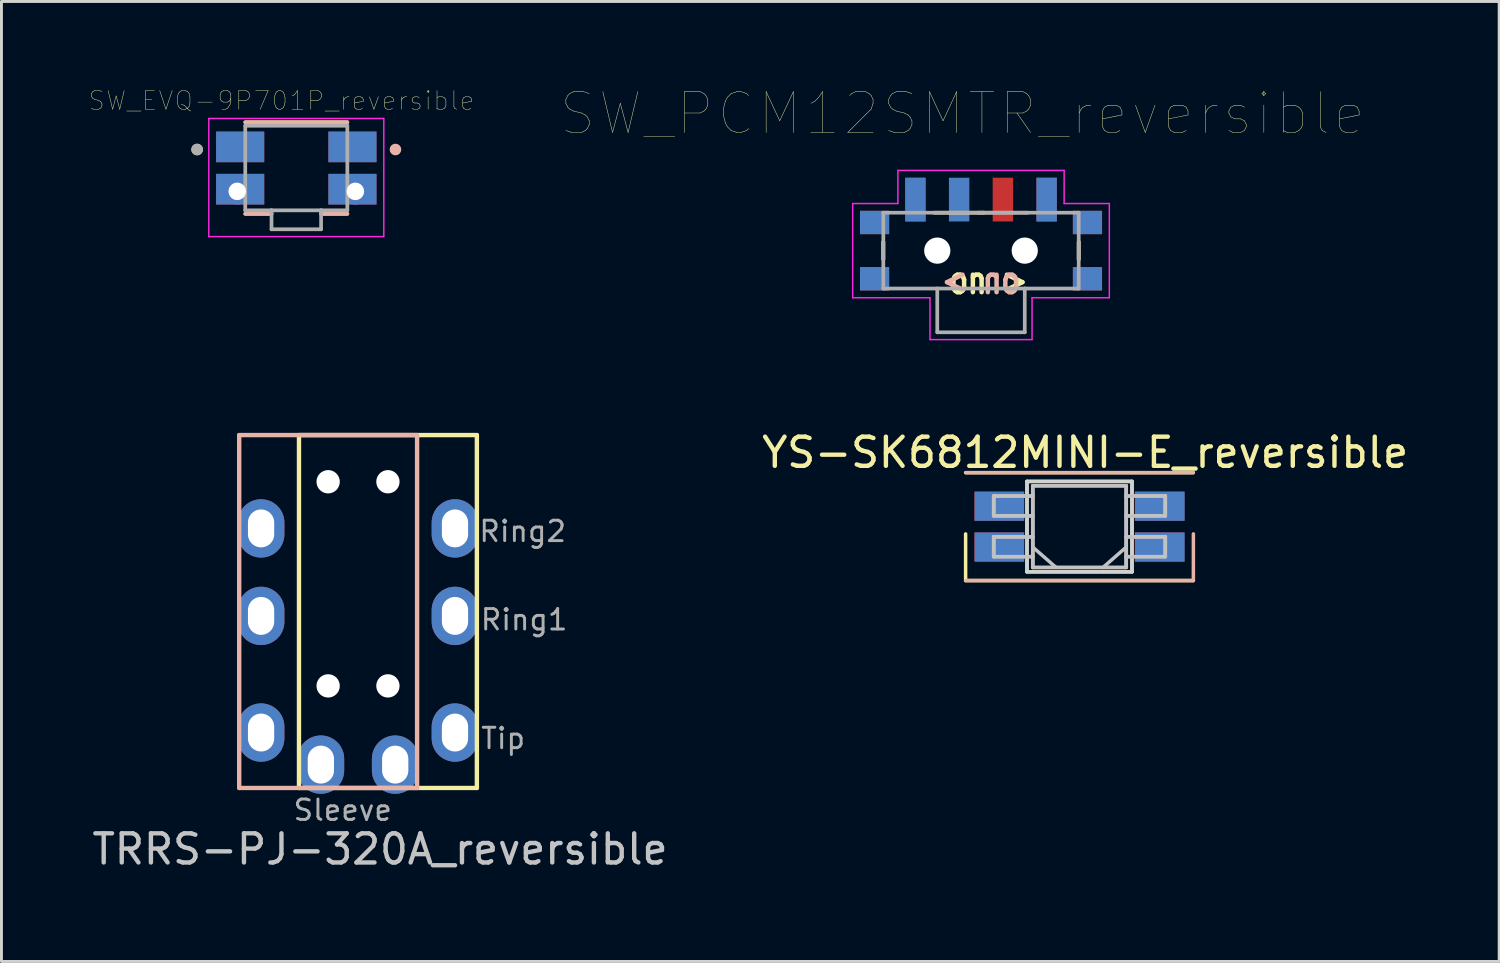
<source format=kicad_pcb>
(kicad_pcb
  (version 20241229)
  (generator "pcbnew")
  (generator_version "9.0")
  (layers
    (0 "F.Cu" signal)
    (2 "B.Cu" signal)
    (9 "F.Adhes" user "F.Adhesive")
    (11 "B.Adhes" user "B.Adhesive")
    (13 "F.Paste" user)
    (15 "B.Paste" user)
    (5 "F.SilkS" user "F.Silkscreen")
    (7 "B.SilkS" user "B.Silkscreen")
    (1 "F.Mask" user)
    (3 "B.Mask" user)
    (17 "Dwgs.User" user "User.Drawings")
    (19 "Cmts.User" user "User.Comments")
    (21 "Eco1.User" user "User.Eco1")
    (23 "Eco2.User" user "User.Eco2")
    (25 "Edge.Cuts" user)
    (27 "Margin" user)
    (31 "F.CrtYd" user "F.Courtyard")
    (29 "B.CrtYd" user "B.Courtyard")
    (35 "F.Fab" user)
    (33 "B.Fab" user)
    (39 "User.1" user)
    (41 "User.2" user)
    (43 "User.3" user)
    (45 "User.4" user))
  (footprint "SW_EVQ-9P701P_reversible"
    (layer "F.Cu")
    (at 7.11 2.712)
    (property "Reference" "SW_EVQ-9P701P_reversible" (at -0.508 -2.311 0) (layer "F.SilkS") (effects (font (size 0.64 0.64) (thickness 0.015))))
    (attr through_hole)
    (fp_line (start -0.85 1.57) (end -1.75 1.57) (stroke (width 0.127) (type solid)) (layer "F.SilkS"))
    (fp_line (start 0.85 1.57) (end 1.75 1.57) (stroke (width 0.127) (type solid)) (layer "F.SilkS"))
    (fp_line (start 1.75 -1.57) (end -1.75 -1.57) (stroke (width 0.127) (type solid)) (layer "F.SilkS"))
    (fp_circle (center -3.4 -0.635) (end -3.3 -0.635) (stroke (width 0.2) (type solid)) (fill no) (layer "F.SilkS"))
    (fp_line (start -1.75 -1.57) (end 1.75 -1.57) (stroke (width 0.127) (type solid)) (layer "B.SilkS"))
    (fp_line (start -0.85 1.57) (end -1.75 1.57) (stroke (width 0.127) (type solid)) (layer "B.SilkS"))
    (fp_line (start 0.85 1.57) (end 1.75 1.57) (stroke (width 0.127) (type solid)) (layer "B.SilkS"))
    (fp_circle (center 3.4 -0.635) (end 3.3 -0.635) (stroke (width 0.2) (type solid)) (fill no) (layer "B.SilkS"))
    (fp_line (start -3 -1.7) (end -3 2.35) (stroke (width 0.05) (type solid)) (layer "F.CrtYd"))
    (fp_line (start -3 2.35) (end 3 2.35) (stroke (width 0.05) (type solid)) (layer "F.CrtYd"))
    (fp_line (start 3 -1.7) (end -3 -1.7) (stroke (width 0.05) (type solid)) (layer "F.CrtYd"))
    (fp_line (start 3 2.35) (end 3 -1.7) (stroke (width 0.05) (type solid)) (layer "F.CrtYd"))
    (fp_line (start -1.75 -1.45) (end -1.75 1.45) (stroke (width 0.127) (type solid)) (layer "F.Fab"))
    (fp_line (start -1.75 1.45) (end -0.85 1.45) (stroke (width 0.127) (type solid)) (layer "F.Fab"))
    (fp_line (start -0.85 1.45) (end 0.85 1.45) (stroke (width 0.127) (type solid)) (layer "F.Fab"))
    (fp_line (start -0.85 2.1) (end -0.85 1.45) (stroke (width 0.127) (type solid)) (layer "F.Fab"))
    (fp_line (start 0.85 1.45) (end 1.75 1.45) (stroke (width 0.127) (type solid)) (layer "F.Fab"))
    (fp_line (start 0.85 2.1) (end -0.85 2.1) (stroke (width 0.127) (type solid)) (layer "F.Fab"))
    (fp_line (start 0.85 2.1) (end 0.85 1.45) (stroke (width 0.127) (type solid)) (layer "F.Fab"))
    (fp_line (start 1.75 -1.45) (end -1.75 -1.45) (stroke (width 0.127) (type solid)) (layer "F.Fab"))
    (fp_line (start 1.75 1.45) (end 1.75 -1.45) (stroke (width 0.127) (type solid)) (layer "F.Fab"))
    (fp_circle (center -3.4 -0.635) (end -3.3 -0.635) (stroke (width 0.2) (type solid)) (fill no) (layer "F.Fab"))
    (pad "1A" smd rect (at -1.925 -0.725) (size 1.65 1.05) (layers "F.Cu" "F.Mask" "F.Paste"))
    (pad "1A" smd rect (at 1.925 -0.725 180) (size 1.65 1.05) (layers "B.Cu" "B.Mask" "B.Paste"))
    (pad "1B" smd rect (at -1.925 -0.725 180) (size 1.65 1.05) (layers "B.Cu" "B.Mask" "B.Paste"))
    (pad "1B" smd rect (at 1.925 -0.725) (size 1.65 1.05) (layers "F.Cu" "F.Mask" "F.Paste"))
    (pad "2A" smd rect (at -1.925 0.725) (size 1.65 1.05) (layers "F.Cu" "F.Mask" "F.Paste"))
    (pad "2A" smd rect (at 1.925 0.725 180) (size 1.65 1.05) (layers "B.Cu" "B.Mask" "B.Paste"))
    (pad "2B" smd rect (at -1.925 0.725 180) (size 1.65 1.05) (layers "B.Cu" "B.Mask" "B.Paste"))
    (pad "2B" smd rect (at 1.925 0.725) (size 1.65 1.05) (layers "F.Cu" "F.Mask" "F.Paste"))
    (pad "2C" thru_hole circle (at -2.025 0.8) (size 0.9 0.9) (drill 0.6) (layers "*.Cu" "*.Mask"))
    (pad "2D" thru_hole circle (at 2.025 0.8) (size 0.9 0.9) (drill 0.6) (layers "*.Cu" "*.Mask")))
  (footprint "SW_PCM12SMTR_reversible"
    (layer "F.Cu")
    (at 30.589 5.544)
    (property "Reference" "SW_PCM12SMTR_reversible" (at -0.635 -4.699 0) (layer "F.SilkS") (effects (font (size 1.4 1.4) (thickness 0.015))))
    (attr through_hole)
    (fp_line (start -3.35 0.3) (end -3.35 -0.3) (stroke (width 0.127) (type solid)) (layer "F.SilkS"))
    (fp_line (start -1.6 -1.3) (end 0.1 -1.3) (stroke (width 0.127) (type solid)) (layer "F.SilkS"))
    (fp_line (start 3.35 -0.3) (end 3.35 0.3) (stroke (width 0.127) (type solid)) (layer "F.SilkS"))
    (fp_line (start -3.35 -0.3) (end -3.35 0.3) (stroke (width 0.127) (type solid)) (layer "B.SilkS"))
    (fp_line (start 1.6 -1.3) (end -0.1 -1.3) (stroke (width 0.127) (type solid)) (layer "B.SilkS"))
    (fp_line (start 3.35 0.3) (end 3.35 -0.3) (stroke (width 0.127) (type solid)) (layer "B.SilkS"))
    (fp_line (start -4.4 -1.615) (end -2.85 -1.615) (stroke (width 0.05) (type solid)) (layer "F.CrtYd"))
    (fp_line (start -4.4 1.615) (end -4.4 -1.615) (stroke (width 0.05) (type solid)) (layer "F.CrtYd"))
    (fp_line (start -2.85 -2.75) (end 2.85 -2.75) (stroke (width 0.05) (type solid)) (layer "F.CrtYd"))
    (fp_line (start -2.85 -1.615) (end -2.85 -2.75) (stroke (width 0.05) (type solid)) (layer "F.CrtYd"))
    (fp_line (start -1.75 1.615) (end -4.4 1.615) (stroke (width 0.05) (type solid)) (layer "F.CrtYd"))
    (fp_line (start -1.75 3.05) (end -1.75 1.615) (stroke (width 0.05) (type solid)) (layer "F.CrtYd"))
    (fp_line (start 1.75 1.615) (end 1.75 3.05) (stroke (width 0.05) (type solid)) (layer "F.CrtYd"))
    (fp_line (start 1.75 3.05) (end -1.75 3.05) (stroke (width 0.05) (type solid)) (layer "F.CrtYd"))
    (fp_line (start 2.85 -2.75) (end 2.85 -1.615) (stroke (width 0.05) (type solid)) (layer "F.CrtYd"))
    (fp_line (start 2.85 -1.615) (end 4.4 -1.615) (stroke (width 0.05) (type solid)) (layer "F.CrtYd"))
    (fp_line (start 4.4 -1.615) (end 4.4 1.615) (stroke (width 0.05) (type solid)) (layer "F.CrtYd"))
    (fp_line (start 4.4 1.615) (end 1.75 1.615) (stroke (width 0.05) (type solid)) (layer "F.CrtYd"))
    (fp_line (start -3.35 -1.3) (end 3.35 -1.3) (stroke (width 0.127) (type solid)) (layer "F.Fab"))
    (fp_line (start -3.35 1.3) (end -3.35 -1.3) (stroke (width 0.127) (type solid)) (layer "F.Fab"))
    (fp_line (start -1.5 1.3) (end -3.35 1.3) (stroke (width 0.127) (type solid)) (layer "F.Fab"))
    (fp_line (start -1.5 1.3) (end -1.5 2.8) (stroke (width 0.127) (type solid)) (layer "F.Fab"))
    (fp_line (start -1.5 2.8) (end 1.5 2.8) (stroke (width 0.127) (type solid)) (layer "F.Fab"))
    (fp_line (start 1.5 1.3) (end -1.5 1.3) (stroke (width 0.127) (type solid)) (layer "F.Fab"))
    (fp_line (start 1.5 2.8) (end 1.5 1.3) (stroke (width 0.127) (type solid)) (layer "F.Fab"))
    (fp_line (start 3.35 -1.3) (end 3.35 1.3) (stroke (width 0.127) (type solid)) (layer "F.Fab"))
    (fp_line (start 3.35 1.3) (end 1.5 1.3) (stroke (width 0.127) (type solid)) (layer "F.Fab"))
    (fp_text user "on >" (at 0.254 1.016 0) (layer "F.SilkS") (effects (font (size 0.9 0.7) (thickness 0.153))))
    (fp_text user "on >" (at 0 1.016 0) (layer "B.SilkS") (effects (font (size 0.9 0.7) (thickness 0.153)) (justify mirror)))
    (pad "" np_thru_hole circle (at -1.5 0) (size 0.9 0.9) (drill 0.9) (layers "*.Cu" "*.Mask"))
    (pad "" np_thru_hole circle (at 1.5 0) (size 0.9 0.9) (drill 0.9) (layers "*.Cu" "*.Mask"))
    (pad "1" smd rect (at -2.25 -1.75) (size 0.7 1.5) (layers "F.Cu" "F.Mask" "F.Paste"))
    (pad "1" smd rect (at 2.25 -1.75 180) (size 0.7 1.5) (layers "B.Cu" "B.Mask" "B.Paste"))
    (pad "2" smd rect (at -0.75 -1.75 180) (size 0.7 1.5) (layers "B.Cu" "B.Mask" "B.Paste"))
    (pad "2" smd rect (at 0.75 -1.75) (size 0.7 1.5) (layers "F.Cu" "F.Mask" "F.Paste"))
    (pad "3" smd rect (at -2.25 -1.75 180) (size 0.7 1.5) (layers "B.Cu" "B.Mask" "B.Paste"))
    (pad "3" smd rect (at 2.25 -1.75) (size 0.7 1.5) (layers "F.Cu" "F.Mask" "F.Paste"))
    (pad "S1" smd rect (at -3.65 -0.965) (size 1 0.8) (layers "F.Cu" "F.Mask" "F.Paste"))
    (pad "S1" smd rect (at 3.65 -0.965 180) (size 1 0.8) (layers "B.Cu" "B.Mask" "B.Paste"))
    (pad "S2" smd rect (at -3.65 0.965) (size 1 0.8) (layers "F.Cu" "F.Mask" "F.Paste"))
    (pad "S2" smd rect (at 3.65 0.965 180) (size 1 0.8) (layers "B.Cu" "B.Mask" "B.Paste"))
    (pad "S3" smd rect (at -3.65 0.965 180) (size 1 0.8) (layers "B.Cu" "B.Mask" "B.Paste"))
    (pad "S3" smd rect (at 3.65 0.965) (size 1 0.8) (layers "F.Cu" "F.Mask" "F.Paste"))
    (pad "S4" smd rect (at -3.65 -0.965 180) (size 1 0.8) (layers "B.Cu" "B.Mask" "B.Paste"))
    (pad "S4" smd rect (at 3.65 -0.965) (size 1 0.8) (layers "F.Cu" "F.Mask" "F.Paste")))
  (footprint "YS-SK6812MINI-E_reversible"
    (layer "F.Cu")
    (at 33.961 15.008)
    (property "Reference" "YS-SK6812MINI-E_reversible" (at 0.2 -2.54 0) (layer "F.SilkS") (effects (font (size 1 1) (thickness 0.15))))
    (attr through_hole)
    (fp_line (start -3.9 0.25) (end -3.9 1.85) (stroke (width 0.12) (type solid)) (layer "F.SilkS"))
    (fp_line (start -3.9 1.85) (end 3.9 1.85) (stroke (width 0.12) (type solid)) (layer "F.SilkS"))
    (fp_line (start 3.9 -1.85) (end -3.9 -1.85) (stroke (width 0.12) (type solid)) (layer "F.SilkS"))
    (fp_line (start -3.89 -1.85) (end 3.91 -1.85) (stroke (width 0.12) (type solid)) (layer "B.SilkS"))
    (fp_line (start 3.91 0.25) (end 3.91 1.85) (stroke (width 0.12) (type solid)) (layer "B.SilkS"))
    (fp_line (start 3.91 1.85) (end -3.89 1.85) (stroke (width 0.12) (type solid)) (layer "B.SilkS"))
    (fp_line (start -2.94 -1.05) (end -2.94 -0.37) (stroke (width 0.12) (type solid)) (layer "Dwgs.User"))
    (fp_line (start -2.94 -0.37) (end -1.6 -0.37) (stroke (width 0.12) (type solid)) (layer "Dwgs.User"))
    (fp_line (start -2.94 0.35) (end -2.94 1.03) (stroke (width 0.12) (type solid)) (layer "Dwgs.User"))
    (fp_line (start -2.94 1.03) (end -1.6 1.03) (stroke (width 0.12) (type solid)) (layer "Dwgs.User"))
    (fp_line (start -2.93 -1.05) (end -1.59 -1.05) (stroke (width 0.12) (type solid)) (layer "Dwgs.User"))
    (fp_line (start -2.93 -0.37) (end -2.93 -1.05) (stroke (width 0.12) (type solid)) (layer "Dwgs.User"))
    (fp_line (start -2.93 0.35) (end -1.59 0.35) (stroke (width 0.12) (type solid)) (layer "Dwgs.User"))
    (fp_line (start -2.93 1.03) (end -2.93 0.35) (stroke (width 0.12) (type solid)) (layer "Dwgs.User"))
    (fp_line (start -1.6 -1.4) (end -1.6 1.4) (stroke (width 0.12) (type solid)) (layer "Dwgs.User"))
    (fp_line (start -1.6 -1.4) (end 1.6 -1.4) (stroke (width 0.12) (type solid)) (layer "Dwgs.User"))
    (fp_line (start -1.6 -1.05) (end -2.94 -1.05) (stroke (width 0.12) (type solid)) (layer "Dwgs.User"))
    (fp_line (start -1.6 0.35) (end -2.94 0.35) (stroke (width 0.12) (type solid)) (layer "Dwgs.User"))
    (fp_line (start -1.6 0.7) (end -0.8 1.4) (stroke (width 0.12) (type solid)) (layer "Dwgs.User"))
    (fp_line (start -1.6 1.4) (end 1.6 1.4) (stroke (width 0.12) (type solid)) (layer "Dwgs.User"))
    (fp_line (start -1.59 -1.4) (end -1.59 1.4) (stroke (width 0.12) (type solid)) (layer "Dwgs.User"))
    (fp_line (start -1.59 -0.37) (end -2.93 -0.37) (stroke (width 0.12) (type solid)) (layer "Dwgs.User"))
    (fp_line (start -1.59 1.03) (end -2.93 1.03) (stroke (width 0.12) (type solid)) (layer "Dwgs.User"))
    (fp_line (start 1.6 -1.4) (end 1.6 1.4) (stroke (width 0.12) (type solid)) (layer "Dwgs.User"))
    (fp_line (start 1.6 -0.37) (end 2.94 -0.37) (stroke (width 0.12) (type solid)) (layer "Dwgs.User"))
    (fp_line (start 1.6 1.03) (end 2.94 1.03) (stroke (width 0.12) (type solid)) (layer "Dwgs.User"))
    (fp_line (start 1.61 -1.4) (end -1.59 -1.4) (stroke (width 0.12) (type solid)) (layer "Dwgs.User"))
    (fp_line (start 1.61 -1.4) (end 1.61 1.4) (stroke (width 0.12) (type solid)) (layer "Dwgs.User"))
    (fp_line (start 1.61 -1.05) (end 2.95 -1.05) (stroke (width 0.12) (type solid)) (layer "Dwgs.User"))
    (fp_line (start 1.61 0.35) (end 2.95 0.35) (stroke (width 0.12) (type solid)) (layer "Dwgs.User"))
    (fp_line (start 1.61 0.7) (end 0.81 1.4) (stroke (width 0.12) (type solid)) (layer "Dwgs.User"))
    (fp_line (start 1.61 1.4) (end -1.59 1.4) (stroke (width 0.12) (type solid)) (layer "Dwgs.User"))
    (fp_line (start 2.94 -1.05) (end 1.6 -1.05) (stroke (width 0.12) (type solid)) (layer "Dwgs.User"))
    (fp_line (start 2.94 -0.37) (end 2.94 -1.05) (stroke (width 0.12) (type solid)) (layer "Dwgs.User"))
    (fp_line (start 2.94 0.35) (end 1.6 0.35) (stroke (width 0.12) (type solid)) (layer "Dwgs.User"))
    (fp_line (start 2.94 1.03) (end 2.94 0.35) (stroke (width 0.12) (type solid)) (layer "Dwgs.User"))
    (fp_line (start 2.95 -1.05) (end 2.95 -0.37) (stroke (width 0.12) (type solid)) (layer "Dwgs.User"))
    (fp_line (start 2.95 -0.37) (end 1.61 -0.37) (stroke (width 0.12) (type solid)) (layer "Dwgs.User"))
    (fp_line (start 2.95 0.35) (end 2.95 1.03) (stroke (width 0.12) (type solid)) (layer "Dwgs.User"))
    (fp_line (start 2.95 1.03) (end 1.61 1.03) (stroke (width 0.12) (type solid)) (layer "Dwgs.User"))
    (fp_line (start -1.8 -1.55) (end -1.8 1.55) (stroke (width 0.12) (type solid)) (layer "Edge.Cuts"))
    (fp_line (start -1.8 1.55) (end 1.8 1.55) (stroke (width 0.12) (type solid)) (layer "Edge.Cuts"))
    (fp_line (start -1.79 -1.55) (end 1.81 -1.55) (stroke (width 0.12) (type solid)) (layer "Edge.Cuts"))
    (fp_line (start -1.79 1.55) (end -1.79 -1.55) (stroke (width 0.12) (type solid)) (layer "Edge.Cuts"))
    (fp_line (start 1.8 -1.55) (end -1.8 -1.55) (stroke (width 0.12) (type solid)) (layer "Edge.Cuts"))
    (fp_line (start 1.8 1.55) (end 1.8 -1.55) (stroke (width 0.12) (type solid)) (layer "Edge.Cuts"))
    (fp_line (start 1.81 -1.55) (end 1.81 1.55) (stroke (width 0.12) (type solid)) (layer "Edge.Cuts"))
    (fp_line (start 1.81 1.55) (end -1.79 1.55) (stroke (width 0.12) (type solid)) (layer "Edge.Cuts"))
    (pad "1" smd rect (at -2.74 -0.7 180) (size 1.7 1) (layers "B.Cu" "B.Mask" "B.Paste"))
    (pad "1" smd rect (at 2.75 -0.7) (size 1.7 1) (layers "F.Cu" "F.Mask" "F.Paste"))
    (pad "2" smd rect (at -2.74 0.7 180) (size 1.7 1) (layers "B.Cu" "B.Mask" "B.Paste"))
    (pad "2" smd rect (at 2.75 0.7) (size 1.7 1) (layers "F.Cu" "F.Mask" "F.Paste"))
    (pad "3" smd rect (at -2.75 0.7) (size 1.7 1) (layers "F.Cu" "F.Mask" "F.Paste"))
    (pad "3" smd rect (at 2.76 0.7 180) (size 1.7 1) (layers "B.Cu" "B.Mask" "B.Paste"))
    (pad "4" smd rect (at -2.75 -0.7) (size 1.7 1) (layers "F.Cu" "F.Mask" "F.Paste"))
    (pad "4" smd rect (at 2.76 -0.7 180) (size 1.7 1) (layers "B.Cu" "B.Mask" "B.Paste")))
  (footprint "TRRS-PJ-320A_reversible"
    (layer "F.Cu")
    (at 9.982 11.869)
    (property "Reference" "TRRS-PJ-320A_reversible" (at 0 14.2 0) (layer "Dwgs.User") (effects (font (size 1 1) (thickness 0.15))))
    (attr through_hole)
    (fp_line (start -2.78 0) (end -2.78 12.1) (stroke (width 0.15) (type solid)) (layer "F.SilkS"))
    (fp_line (start 3.32 0) (end -2.78 0) (stroke (width 0.15) (type solid)) (layer "F.SilkS"))
    (fp_line (start 3.32 0) (end 3.32 12.1) (stroke (width 0.15) (type solid)) (layer "F.SilkS"))
    (fp_line (start 3.32 12.1) (end -2.78 12.1) (stroke (width 0.15) (type solid)) (layer "F.SilkS"))
    (fp_line (start -4.83 0) (end -4.83 12.1) (stroke (width 0.15) (type solid)) (layer "B.SilkS"))
    (fp_line (start -4.83 0) (end 1.27 0) (stroke (width 0.15) (type solid)) (layer "B.SilkS"))
    (fp_line (start -4.83 12.1) (end 1.27 12.1) (stroke (width 0.15) (type solid)) (layer "B.SilkS"))
    (fp_line (start 1.27 0) (end 1.27 12.1) (stroke (width 0.15) (type solid)) (layer "B.SilkS"))
    (fp_text user "Ring2" (at 4.89 3.3 0) (layer "F.Fab") (effects (font (size 0.7 0.7) (thickness 0.1))))
    (fp_text user "Tip" (at 4.22 10.4 0) (layer "F.Fab") (effects (font (size 0.7 0.7) (thickness 0.1))))
    (fp_text user "Sleeve" (at -1.28 12.86 0) (layer "F.Fab") (effects (font (size 0.7 0.7) (thickness 0.1))))
    (fp_text user "Ring1" (at 4.94 6.33 0) (layer "F.Fab") (effects (font (size 0.7 0.7) (thickness 0.1))))
    (pad "" np_thru_hole circle (at -1.78 1.6 180) (size 0.8 0.8) (drill 0.8) (layers "*.Cu" "*.Mask"))
    (pad "" np_thru_hole circle (at -1.78 8.6 180) (size 0.8 0.8) (drill 0.8) (layers "*.Cu" "*.Mask"))
    (pad "" np_thru_hole circle (at 0.27 1.6) (size 0.8 0.8) (drill 0.8) (layers "*.Cu" "*.Mask"))
    (pad "" np_thru_hole circle (at 0.27 8.6) (size 0.8 0.8) (drill 0.8) (layers "*.Cu" "*.Mask"))
    (pad "R1" thru_hole oval (at -4.08 6.2 180) (size 1.6 2) (drill oval 0.9 1.3) (layers "*.Cu" "*.Mask"))
    (pad "R1" thru_hole oval (at 2.57 6.2) (size 1.6 2) (drill oval 0.9 1.3) (layers "*.Cu" "*.Mask"))
    (pad "R2" thru_hole oval (at -4.08 3.2 180) (size 1.6 2) (drill oval 0.9 1.3) (layers "*.Cu" "*.Mask"))
    (pad "R2" thru_hole oval (at 2.57 3.2) (size 1.6 2) (drill oval 0.9 1.3) (layers "*.Cu" "*.Mask"))
    (pad "S" thru_hole oval (at -2.03 11.3) (size 1.6 2) (drill oval 0.9 1.3) (layers "*.Cu" "*.Mask"))
    (pad "S" thru_hole oval (at 0.52 11.3 180) (size 1.6 2) (drill oval 0.9 1.3) (layers "*.Cu" "*.Mask"))
    (pad "T" thru_hole oval (at -4.08 10.2 180) (size 1.6 2) (drill oval 0.9 1.3) (layers "*.Cu" "*.Mask"))
    (pad "T" thru_hole oval (at 2.57 10.2) (size 1.6 2) (drill oval 0.9 1.3) (layers "*.Cu" "*.Mask")))
  (gr_rect
    (start -3 -3)
    (end 48.357 29.918)
    (stroke (width 0.1) (type default))
    (fill no)
    (layer "Edge.Cuts")))
</source>
